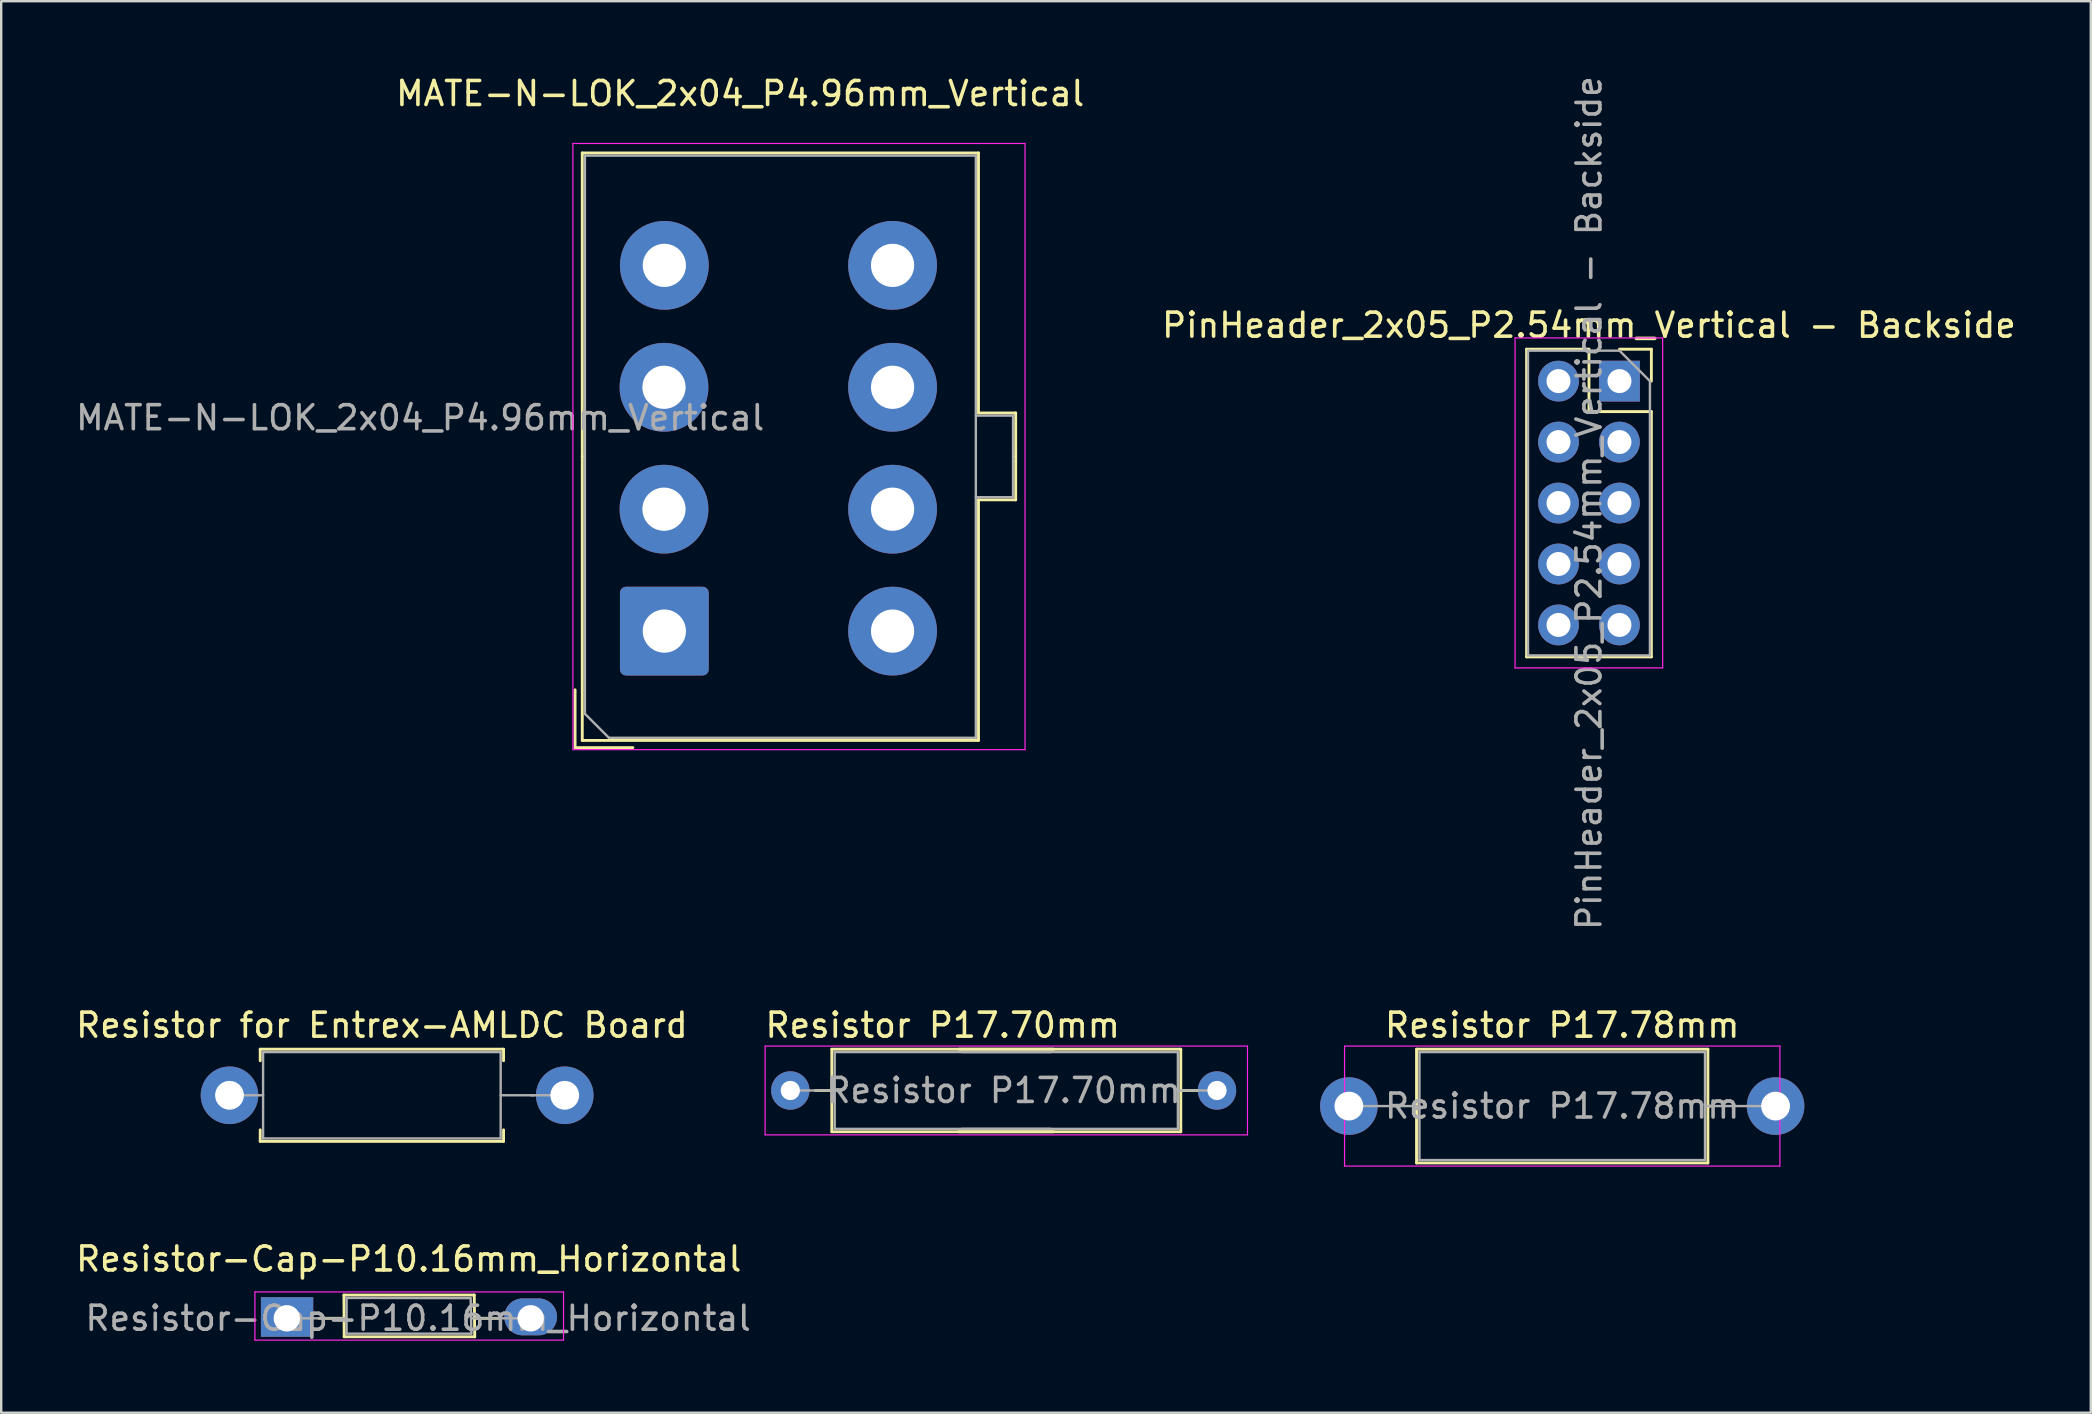
<source format=kicad_pcb>
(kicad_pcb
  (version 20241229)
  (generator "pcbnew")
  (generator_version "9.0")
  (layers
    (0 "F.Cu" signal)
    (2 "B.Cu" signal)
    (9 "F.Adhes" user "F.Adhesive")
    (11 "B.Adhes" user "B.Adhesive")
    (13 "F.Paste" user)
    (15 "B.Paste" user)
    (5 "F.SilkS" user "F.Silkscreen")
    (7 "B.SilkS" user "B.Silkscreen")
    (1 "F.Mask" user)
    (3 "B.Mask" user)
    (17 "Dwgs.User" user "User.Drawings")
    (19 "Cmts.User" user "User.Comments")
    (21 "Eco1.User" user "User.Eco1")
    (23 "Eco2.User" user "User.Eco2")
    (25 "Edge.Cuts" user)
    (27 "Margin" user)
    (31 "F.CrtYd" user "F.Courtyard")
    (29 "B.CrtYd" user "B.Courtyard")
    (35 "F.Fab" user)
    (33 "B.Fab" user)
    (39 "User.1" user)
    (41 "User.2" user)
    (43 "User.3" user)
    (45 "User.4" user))
  (footprint "PinHeader_2x05_P2.54mm_Vertical - Backside"
    (layer "F.Cu")
    (at 64.432 12.831)
    (property "Reference" "PinHeader_2x05_P2.54mm_Vertical - Backside" (at -1.27 -2.33 0) (layer "F.SilkS") (effects (font (size 1 1) (thickness 0.15))))
    (attr through_hole)
    (fp_line (start -3.87 -1.33) (end -3.87 11.49) (stroke (width 0.12) (type solid)) (layer "F.SilkS"))
    (fp_line (start -1.27 -1.33) (end -3.87 -1.33) (stroke (width 0.12) (type solid)) (layer "F.SilkS"))
    (fp_line (start -1.27 1.27) (end -1.27 -1.33) (stroke (width 0.12) (type solid)) (layer "F.SilkS"))
    (fp_line (start 1.33 -1.33) (end 0 -1.33) (stroke (width 0.12) (type solid)) (layer "F.SilkS"))
    (fp_line (start 1.33 0) (end 1.33 -1.33) (stroke (width 0.12) (type solid)) (layer "F.SilkS"))
    (fp_line (start 1.33 1.27) (end -1.27 1.27) (stroke (width 0.12) (type solid)) (layer "F.SilkS"))
    (fp_line (start 1.33 1.27) (end 1.33 11.49) (stroke (width 0.12) (type solid)) (layer "F.SilkS"))
    (fp_line (start 1.33 11.49) (end -3.87 11.49) (stroke (width 0.12) (type solid)) (layer "F.SilkS"))
    (fp_line (start -4.35 -1.8) (end 1.8 -1.8) (stroke (width 0.05) (type solid)) (layer "F.CrtYd"))
    (fp_line (start -4.35 11.95) (end -4.35 -1.8) (stroke (width 0.05) (type solid)) (layer "F.CrtYd"))
    (fp_line (start 1.8 -1.8) (end 1.8 11.95) (stroke (width 0.05) (type solid)) (layer "F.CrtYd"))
    (fp_line (start 1.8 11.95) (end -4.35 11.95) (stroke (width 0.05) (type solid)) (layer "F.CrtYd"))
    (fp_line (start -3.81 -1.27) (end -3.81 11.43) (stroke (width 0.1) (type solid)) (layer "F.Fab"))
    (fp_line (start -3.81 11.43) (end 1.27 11.43) (stroke (width 0.1) (type solid)) (layer "F.Fab"))
    (fp_line (start 0 -1.27) (end -3.81 -1.27) (stroke (width 0.1) (type solid)) (layer "F.Fab"))
    (fp_line (start 1.27 0) (end 0 -1.27) (stroke (width 0.1) (type solid)) (layer "F.Fab"))
    (fp_line (start 1.27 11.43) (end 1.27 0) (stroke (width 0.1) (type solid)) (layer "F.Fab"))
    (fp_text user "${REFERENCE}" (at -1.27 5.08 270) (layer "F.Fab") (effects (font (size 1 1) (thickness 0.15))))
    (pad "1" thru_hole rect (at 0 0) (size 1.7 1.7) (drill 1) (layers "*.Cu" "*.Mask"))
    (pad "2" thru_hole oval (at -2.54 0) (size 1.7 1.7) (drill 1) (layers "*.Cu" "*.Mask"))
    (pad "3" thru_hole oval (at 0 2.54) (size 1.7 1.7) (drill 1) (layers "*.Cu" "*.Mask"))
    (pad "4" thru_hole oval (at -2.54 2.54) (size 1.7 1.7) (drill 1) (layers "*.Cu" "*.Mask"))
    (pad "5" thru_hole oval (at 0 5.08) (size 1.7 1.7) (drill 1) (layers "*.Cu" "*.Mask"))
    (pad "6" thru_hole oval (at -2.54 5.08) (size 1.7 1.7) (drill 1) (layers "*.Cu" "*.Mask"))
    (pad "7" thru_hole oval (at 0 7.62) (size 1.7 1.7) (drill 1) (layers "*.Cu" "*.Mask"))
    (pad "8" thru_hole oval (at -2.54 7.62) (size 1.7 1.7) (drill 1) (layers "*.Cu" "*.Mask"))
    (pad "9" thru_hole oval (at 0 10.16) (size 1.7 1.7) (drill 1) (layers "*.Cu" "*.Mask"))
    (pad "10" thru_hole oval (at -2.54 10.16) (size 1.7 1.7) (drill 1) (layers "*.Cu" "*.Mask")))
  (footprint "MATE-N-LOK_2x04_P4.96mm_Vertical"
    (layer "F.Cu")
    (at 24.618 23.248)
    (property "Reference" "MATE-N-LOK_2x04_P4.96mm_Vertical" (at 3.175 -22.4 180) (layer "F.SilkS") (effects (font (size 1 1) (thickness 0.15))))
    (attr through_hole)
    (fp_line (start -3.705 4.855) (end -3.705 2.445) (stroke (width 0.12) (type solid)) (layer "F.SilkS"))
    (fp_line (start -3.405 -19.925) (end 13.105 -19.925) (stroke (width 0.12) (type solid)) (layer "F.SilkS"))
    (fp_line (start -3.405 -7.28) (end -3.405 -19.925) (stroke (width 0.12) (type solid)) (layer "F.SilkS"))
    (fp_line (start -3.405 -7.28) (end -3.405 4.555) (stroke (width 0.12) (type solid)) (layer "F.SilkS"))
    (fp_line (start -3.405 4.555) (end 13.105 4.555) (stroke (width 0.12) (type solid)) (layer "F.SilkS"))
    (fp_line (start -1.295 4.855) (end -3.705 4.855) (stroke (width 0.12) (type solid)) (layer "F.SilkS"))
    (fp_line (start 13.105 -19.925) (end 13.105 -9.09) (stroke (width 0.12) (type solid)) (layer "F.SilkS"))
    (fp_line (start 13.105 -9.09) (end 14.655 -9.09) (stroke (width 0.12) (type solid)) (layer "F.SilkS"))
    (fp_line (start 13.105 -5.47) (end 14.655 -5.47) (stroke (width 0.12) (type solid)) (layer "F.SilkS"))
    (fp_line (start 13.105 4.555) (end 13.105 -5.47) (stroke (width 0.12) (type solid)) (layer "F.SilkS"))
    (fp_line (start 14.655 -9.09) (end 14.655 -7.28) (stroke (width 0.12) (type solid)) (layer "F.SilkS"))
    (fp_line (start 14.655 -5.47) (end 14.655 -7.28) (stroke (width 0.12) (type solid)) (layer "F.SilkS"))
    (fp_line (start -3.795 -20.32) (end -3.795 4.94) (stroke (width 0.05) (type solid)) (layer "F.CrtYd"))
    (fp_line (start -3.795 4.94) (end 15.045 4.94) (stroke (width 0.05) (type solid)) (layer "F.CrtYd"))
    (fp_line (start 15.045 -20.32) (end -3.795 -20.32) (stroke (width 0.05) (type solid)) (layer "F.CrtYd"))
    (fp_line (start 15.045 4.94) (end 15.045 -20.32) (stroke (width 0.05) (type solid)) (layer "F.CrtYd"))
    (fp_line (start -3.295 -19.815) (end -3.295 3.445) (stroke (width 0.1) (type solid)) (layer "F.Fab"))
    (fp_line (start -3.295 3.445) (end -2.295 4.445) (stroke (width 0.1) (type solid)) (layer "F.Fab"))
    (fp_line (start -2.295 4.445) (end 12.995 4.445) (stroke (width 0.1) (type solid)) (layer "F.Fab"))
    (fp_line (start 12.995 -19.815) (end -3.295 -19.815) (stroke (width 0.1) (type solid)) (layer "F.Fab"))
    (fp_line (start 12.995 -5.58) (end 14.545 -5.58) (stroke (width 0.1) (type solid)) (layer "F.Fab"))
    (fp_line (start 12.995 4.445) (end 12.995 -19.815) (stroke (width 0.1) (type solid)) (layer "F.Fab"))
    (fp_line (start 14.545 -8.98) (end 12.995 -8.98) (stroke (width 0.1) (type solid)) (layer "F.Fab"))
    (fp_line (start 14.545 -5.58) (end 14.545 -8.98) (stroke (width 0.1) (type solid)) (layer "F.Fab"))
    (fp_text user "${REFERENCE}" (at -10.16 -8.89 180) (layer "F.Fab") (effects (font (size 1 1) (thickness 0.15))))
    (pad "1" thru_hole roundrect (at 0.015 0 90) (size 3.7 3.7) (drill 1.8) (layers "*.Cu" "*.Mask") (roundrect_rratio 0.068))
    (pad "2" thru_hole circle (at 9.525 0 90) (size 3.7 3.7) (drill 1.8) (layers "*.Cu" "*.Mask"))
    (pad "3" thru_hole circle (at 0 -5.08 90) (size 3.7 3.7) (drill 1.8) (layers "*.Cu" "*.Mask"))
    (pad "4" thru_hole circle (at 9.525 -5.08 90) (size 3.7 3.7) (drill 1.8) (layers "*.Cu" "*.Mask"))
    (pad "5" thru_hole circle (at 0 -10.16 90) (size 3.7 3.7) (drill 1.8) (layers "*.Cu" "*.Mask"))
    (pad "6" thru_hole circle (at 9.525 -10.16 90) (size 3.7 3.7) (drill 1.8) (layers "*.Cu" "*.Mask"))
    (pad "7" thru_hole circle (at 0.015 -15.24 90) (size 3.7 3.7) (drill 1.8) (layers "*.Cu" "*.Mask"))
    (pad "8" thru_hole circle (at 9.525 -15.24 90) (size 3.7 3.7) (drill 1.8) (layers "*.Cu" "*.Mask")))
  (footprint "Resistor-Cap-P10.16mm_Horizontal"
    (layer "F.Cu")
    (at 8.902 51.883)
    (property "Reference" "Resistor-Cap-P10.16mm_Horizontal" (at 5.08 -2.47 0) (layer "F.SilkS") (effects (font (size 1 1) (thickness 0.15))))
    (attr through_hole)
    (fp_line (start 1.34 0) (end 2.36 0) (stroke (width 0.12) (type solid)) (layer "F.SilkS"))
    (fp_line (start 2.38 -0.97) (end 2.39 0.77) (stroke (width 0.12) (type solid)) (layer "F.SilkS"))
    (fp_line (start 2.39 0.77) (end 7.83 0.77) (stroke (width 0.12) (type solid)) (layer "F.SilkS"))
    (fp_line (start 7.81 -0.97) (end 2.38 -0.97) (stroke (width 0.12) (type solid)) (layer "F.SilkS"))
    (fp_line (start 7.83 0.77) (end 7.81 -0.97) (stroke (width 0.12) (type solid)) (layer "F.SilkS"))
    (fp_line (start 8.82 0) (end 7.8 0) (stroke (width 0.12) (type solid)) (layer "F.SilkS"))
    (fp_line (start -1.33 -1.1) (end -1.33 0.91) (stroke (width 0.05) (type solid)) (layer "F.CrtYd"))
    (fp_line (start -1.33 0.91) (end 11.53 0.91) (stroke (width 0.05) (type solid)) (layer "F.CrtYd"))
    (fp_line (start 11.53 -1.1) (end -1.33 -1.1) (stroke (width 0.05) (type solid)) (layer "F.CrtYd"))
    (fp_line (start 11.53 0.91) (end 11.53 -1.1) (stroke (width 0.05) (type solid)) (layer "F.CrtYd"))
    (fp_line (start 0 0) (end 2.48 0) (stroke (width 0.1) (type solid)) (layer "F.Fab"))
    (fp_line (start 2.49 -0.85) (end 2.49 0.64) (stroke (width 0.1) (type solid)) (layer "F.Fab"))
    (fp_line (start 2.49 0.64) (end 7.69 0.64) (stroke (width 0.1) (type solid)) (layer "F.Fab"))
    (fp_line (start 7.6 -0.84) (end 2.49 -0.85) (stroke (width 0.1) (type solid)) (layer "F.Fab"))
    (fp_line (start 7.69 0.64) (end 7.66 -0.85) (stroke (width 0.1) (type solid)) (layer "F.Fab"))
    (fp_line (start 10.16 0) (end 7.68 0) (stroke (width 0.1) (type solid)) (layer "F.Fab"))
    (fp_text user "${REFERENCE}" (at 5.47 0 0) (layer "F.Fab") (effects (font (size 1 1) (thickness 0.15))))
    (pad "1" thru_hole rect (at 0 0) (size 2.18 1.65) (drill 1.1 (offset 0.01 -0.055)) (layers "*.Cu" "*.Mask"))
    (pad "2" thru_hole oval (at 10.16 0) (size 2.2 1.54) (drill 1.1 (offset 0 -0.06)) (layers "*.Cu" "*.Mask")))
  (footprint "Resistor for Entrex-AMLDC Board"
    (layer "F.Cu")
    (at 6.513 42.59)
    (property "Reference" "Resistor for Entrex-AMLDC Board" (at 6.35 -2.92 0) (layer "F.SilkS") (effects (font (size 1 1) (thickness 0.15))))
    (attr through_hole)
    (fp_line (start 1.28 -1.92) (end 11.42 -1.92) (stroke (width 0.12) (type solid)) (layer "F.SilkS"))
    (fp_line (start 1.28 -1.44) (end 1.28 -1.92) (stroke (width 0.12) (type solid)) (layer "F.SilkS"))
    (fp_line (start 1.28 1.44) (end 1.28 1.92) (stroke (width 0.12) (type solid)) (layer "F.SilkS"))
    (fp_line (start 1.28 1.92) (end 11.42 1.92) (stroke (width 0.12) (type solid)) (layer "F.SilkS"))
    (fp_line (start 11.42 -1.92) (end 11.42 -1.44) (stroke (width 0.12) (type solid)) (layer "F.SilkS"))
    (fp_line (start 11.42 1.92) (end 11.42 1.44) (stroke (width 0.12) (type solid)) (layer "F.SilkS"))
    (fp_line (start 0 0) (end 1.4 0) (stroke (width 0.1) (type solid)) (layer "F.Fab"))
    (fp_line (start 1.4 -1.8) (end 1.4 1.8) (stroke (width 0.1) (type solid)) (layer "F.Fab"))
    (fp_line (start 1.4 1.8) (end 11.3 1.8) (stroke (width 0.1) (type solid)) (layer "F.Fab"))
    (fp_line (start 11.3 -1.8) (end 1.4 -1.8) (stroke (width 0.1) (type solid)) (layer "F.Fab"))
    (fp_line (start 11.3 1.8) (end 11.3 -1.8) (stroke (width 0.1) (type solid)) (layer "F.Fab"))
    (fp_line (start 12.7 0) (end 11.3 0) (stroke (width 0.1) (type solid)) (layer "F.Fab"))
    (fp_line (start 13.97 0) (end 12.57 0) (stroke (width 0.1) (type solid)) (layer "F.Fab"))
    (pad "1" thru_hole circle (at 0 0) (size 2.4 2.4) (drill 1.2) (layers "*.Cu" "*.Mask"))
    (pad "2" thru_hole oval (at 13.97 0) (size 2.4 2.4) (drill 1.2) (layers "*.Cu" "*.Mask")))
  (footprint "Resistor P17.78mm"
    (layer "F.Cu")
    (at 53.157 43.04)
    (property "Reference" "Resistor P17.78mm" (at 8.89 -3.37 0) (layer "F.SilkS") (effects (font (size 1 1) (thickness 0.15))))
    (attr through_hole)
    (fp_line (start 2.71 0) (end 2.82 0) (stroke (width 0.12) (type solid)) (layer "F.SilkS"))
    (fp_line (start 2.82 -2.37) (end 2.82 2.37) (stroke (width 0.12) (type solid)) (layer "F.SilkS"))
    (fp_line (start 2.82 2.37) (end 14.96 2.37) (stroke (width 0.12) (type solid)) (layer "F.SilkS"))
    (fp_line (start 14.96 -2.37) (end 2.82 -2.37) (stroke (width 0.12) (type solid)) (layer "F.SilkS"))
    (fp_line (start 14.96 2.37) (end 14.96 -2.37) (stroke (width 0.12) (type solid)) (layer "F.SilkS"))
    (fp_line (start 15.07 0) (end 14.96 0) (stroke (width 0.12) (type solid)) (layer "F.SilkS"))
    (fp_line (start -0.18 -2.5) (end -0.18 2.5) (stroke (width 0.05) (type solid)) (layer "F.CrtYd"))
    (fp_line (start -0.18 2.5) (end 17.96 2.5) (stroke (width 0.05) (type solid)) (layer "F.CrtYd"))
    (fp_line (start 17.96 -2.5) (end -0.18 -2.5) (stroke (width 0.05) (type solid)) (layer "F.CrtYd"))
    (fp_line (start 17.96 2.5) (end 17.96 -2.5) (stroke (width 0.05) (type solid)) (layer "F.CrtYd"))
    (fp_line (start 0 0) (end 2.94 0) (stroke (width 0.1) (type solid)) (layer "F.Fab"))
    (fp_line (start 2.94 -2.25) (end 2.94 2.25) (stroke (width 0.1) (type solid)) (layer "F.Fab"))
    (fp_line (start 2.94 2.25) (end 14.84 2.25) (stroke (width 0.1) (type solid)) (layer "F.Fab"))
    (fp_line (start 14.84 -2.25) (end 2.94 -2.25) (stroke (width 0.1) (type solid)) (layer "F.Fab"))
    (fp_line (start 14.84 2.25) (end 14.84 -2.25) (stroke (width 0.1) (type solid)) (layer "F.Fab"))
    (fp_line (start 17.78 0) (end 14.84 0) (stroke (width 0.1) (type solid)) (layer "F.Fab"))
    (fp_text user "${REFERENCE}" (at 8.89 0 0) (layer "F.Fab") (effects (font (size 1 1) (thickness 0.15))))
    (pad "1" thru_hole circle (at 0 0) (size 2.4 2.4) (drill 1.2) (layers "*.Cu" "*.Mask"))
    (pad "2" thru_hole oval (at 17.78 0) (size 2.4 2.4) (drill 1.2) (layers "*.Cu" "*.Mask")))
  (footprint "Resistor P17.70mm"
    (layer "F.Cu")
    (at 29.882 42.39)
    (property "Reference" "Resistor P17.70mm" (at 6.35 -2.72 0) (layer "F.SilkS") (effects (font (size 1 1) (thickness 0.15))))
    (attr through_hole)
    (fp_line (start 1.04 0) (end 1.73 0) (stroke (width 0.12) (type solid)) (layer "F.SilkS"))
    (fp_line (start 1.73 -1.72) (end 1.73 1.72) (stroke (width 0.12) (type solid)) (layer "F.SilkS"))
    (fp_line (start 1.73 1.72) (end 10.97 1.72) (stroke (width 0.12) (type solid)) (layer "F.SilkS"))
    (fp_line (start 10.97 -1.72) (end 1.73 -1.72) (stroke (width 0.12) (type solid)) (layer "F.SilkS"))
    (fp_line (start 16.27 -1.72) (end 7.03 -1.72) (stroke (width 0.12) (type solid)) (layer "F.SilkS"))
    (fp_line (start 16.27 1.72) (end 7.03 1.72) (stroke (width 0.12) (type solid)) (layer "F.SilkS"))
    (fp_line (start 16.27 1.72) (end 16.27 -1.72) (stroke (width 0.12) (type solid)) (layer "F.SilkS"))
    (fp_line (start 16.96 0) (end 16.27 0) (stroke (width 0.12) (type solid)) (layer "F.SilkS"))
    (fp_line (start -1.05 -1.85) (end -1.05 1.85) (stroke (width 0.05) (type solid)) (layer "F.CrtYd"))
    (fp_line (start -1.05 1.85) (end 19.05 1.85) (stroke (width 0.05) (type solid)) (layer "F.CrtYd"))
    (fp_line (start 19.05 -1.85) (end -1.05 -1.85) (stroke (width 0.05) (type solid)) (layer "F.CrtYd"))
    (fp_line (start 19.05 1.85) (end 19.05 -1.85) (stroke (width 0.05) (type solid)) (layer "F.CrtYd"))
    (fp_line (start 0 0) (end 1.85 0) (stroke (width 0.1) (type solid)) (layer "F.Fab"))
    (fp_line (start 1.85 -1.6) (end 1.85 1.6) (stroke (width 0.1) (type solid)) (layer "F.Fab"))
    (fp_line (start 1.85 1.6) (end 10.85 1.6) (stroke (width 0.1) (type solid)) (layer "F.Fab"))
    (fp_line (start 10.85 -1.6) (end 1.85 -1.6) (stroke (width 0.1) (type solid)) (layer "F.Fab"))
    (fp_line (start 16.15 -1.6) (end 7.15 -1.6) (stroke (width 0.1) (type solid)) (layer "F.Fab"))
    (fp_line (start 16.15 1.6) (end 7.15 1.6) (stroke (width 0.1) (type solid)) (layer "F.Fab"))
    (fp_line (start 16.15 1.6) (end 16.15 -1.6) (stroke (width 0.1) (type solid)) (layer "F.Fab"))
    (fp_line (start 18 0) (end 16.15 0) (stroke (width 0.1) (type solid)) (layer "F.Fab"))
    (fp_text user "${REFERENCE}" (at 8.89 0 0) (layer "F.Fab") (effects (font (size 1 1) (thickness 0.15))))
    (pad "1" thru_hole circle (at 0 0) (size 1.6 1.6) (drill 0.8) (layers "*.Cu" "*.Mask"))
    (pad "2" thru_hole oval (at 17.78 0) (size 1.6 1.6) (drill 0.8) (layers "*.Cu" "*.Mask")))
  (gr_rect
    (start -3 -3)
    (end 84.073 55.818)
    (stroke (width 0.1) (type default))
    (fill no)
    (layer "Edge.Cuts")))
</source>
